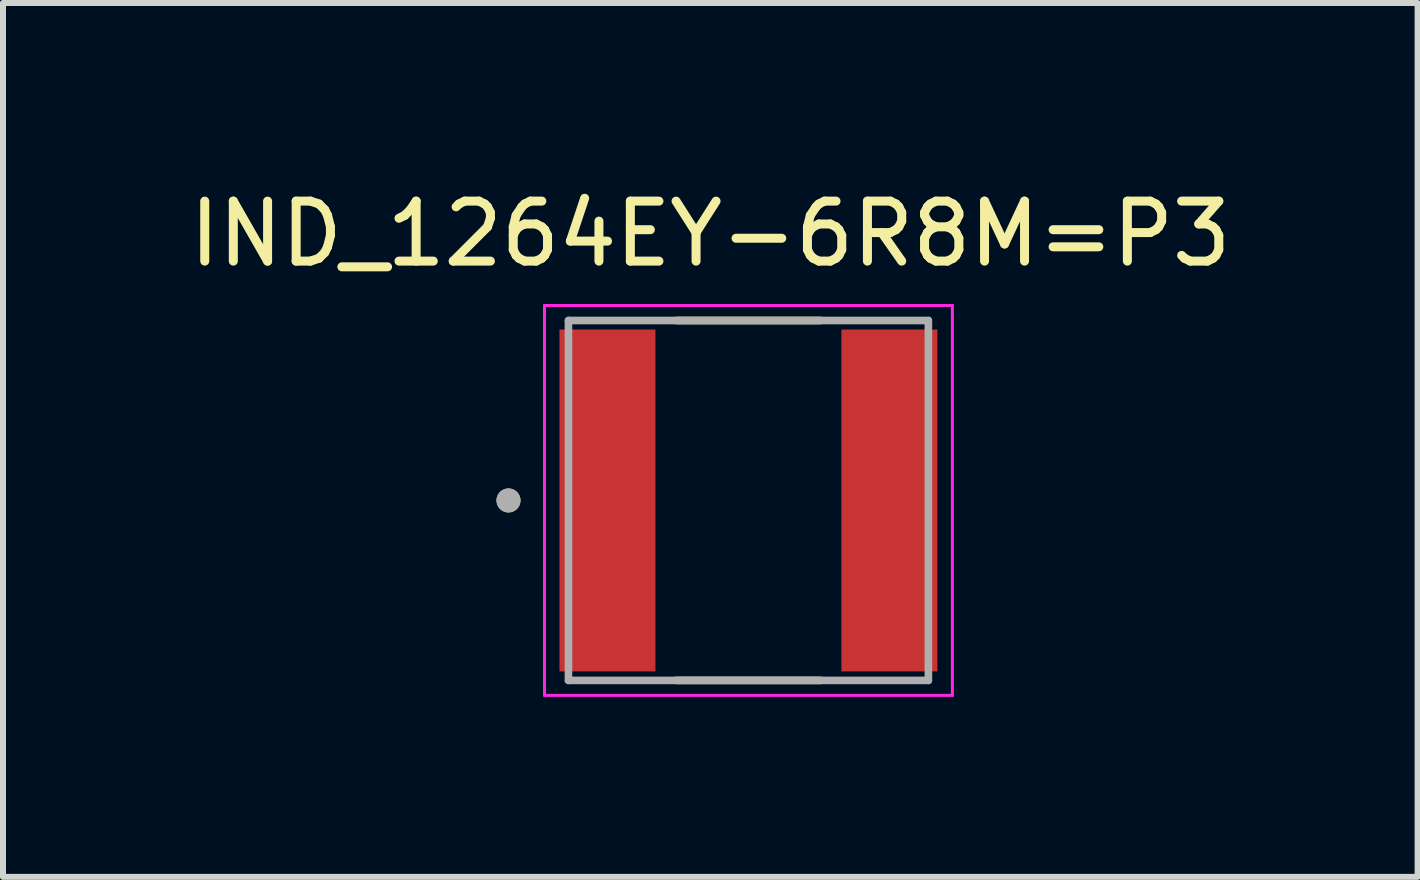
<source format=kicad_pcb>
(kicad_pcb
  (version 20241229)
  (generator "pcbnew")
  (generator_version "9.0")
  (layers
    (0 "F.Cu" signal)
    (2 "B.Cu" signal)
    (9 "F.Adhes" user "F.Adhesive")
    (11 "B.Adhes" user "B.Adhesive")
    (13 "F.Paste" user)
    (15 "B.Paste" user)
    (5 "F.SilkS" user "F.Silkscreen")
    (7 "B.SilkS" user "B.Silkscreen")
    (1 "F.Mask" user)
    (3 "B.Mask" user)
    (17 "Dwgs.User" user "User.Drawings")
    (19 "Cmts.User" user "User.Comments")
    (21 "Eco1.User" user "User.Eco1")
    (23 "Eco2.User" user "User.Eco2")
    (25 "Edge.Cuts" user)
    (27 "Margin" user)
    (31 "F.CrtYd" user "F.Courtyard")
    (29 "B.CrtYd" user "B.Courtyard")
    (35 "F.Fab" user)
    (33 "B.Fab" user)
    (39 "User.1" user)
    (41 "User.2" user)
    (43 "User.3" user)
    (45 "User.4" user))
  (footprint "IND_1264EY-6R8M=P3"
    (layer "F.Cu")
    (at 9.427 5.293)
    (property "Reference" "IND_1264EY-6R8M=P3" (at -0.635 -4.445 0) (layer "F.SilkS") (effects (font (size 1 1) (thickness 0.15))))
    (attr smd)
    (fp_line (start -1.2 -3) (end 1.2 -3) (stroke (width 0.127) (type solid)) (layer "F.SilkS"))
    (fp_line (start -1.2 3) (end 1.2 3) (stroke (width 0.127) (type solid)) (layer "F.SilkS"))
    (fp_circle (center -4 0) (end -3.9 0) (stroke (width 0.2) (type solid)) (fill no) (layer "F.SilkS"))
    (fp_line (start -3.4 -3.25) (end 3.4 -3.25) (stroke (width 0.05) (type solid)) (layer "F.CrtYd"))
    (fp_line (start -3.4 3.25) (end -3.4 -3.25) (stroke (width 0.05) (type solid)) (layer "F.CrtYd"))
    (fp_line (start 3.4 -3.25) (end 3.4 3.25) (stroke (width 0.05) (type solid)) (layer "F.CrtYd"))
    (fp_line (start 3.4 3.25) (end -3.4 3.25) (stroke (width 0.05) (type solid)) (layer "F.CrtYd"))
    (fp_line (start -3 -3) (end 3 -3) (stroke (width 0.127) (type solid)) (layer "F.Fab"))
    (fp_line (start -3 3) (end -3 -3) (stroke (width 0.127) (type solid)) (layer "F.Fab"))
    (fp_line (start 3 -3) (end 3 3) (stroke (width 0.127) (type solid)) (layer "F.Fab"))
    (fp_line (start 3 3) (end -3 3) (stroke (width 0.127) (type solid)) (layer "F.Fab"))
    (fp_circle (center -4 0) (end -3.9 0) (stroke (width 0.2) (type solid)) (fill no) (layer "F.Fab"))
    (pad "1" smd rect (at -2.35 0) (size 1.6 5.7) (layers "F.Cu" "F.Mask" "F.Paste"))
    (pad "2" smd rect (at 2.35 0) (size 1.6 5.7) (layers "F.Cu" "F.Mask" "F.Paste")))
  (gr_rect
    (start -3 -3)
    (end 20.583 11.568)
    (stroke (width 0.1) (type default))
    (fill no)
    (layer "Edge.Cuts")))
</source>
